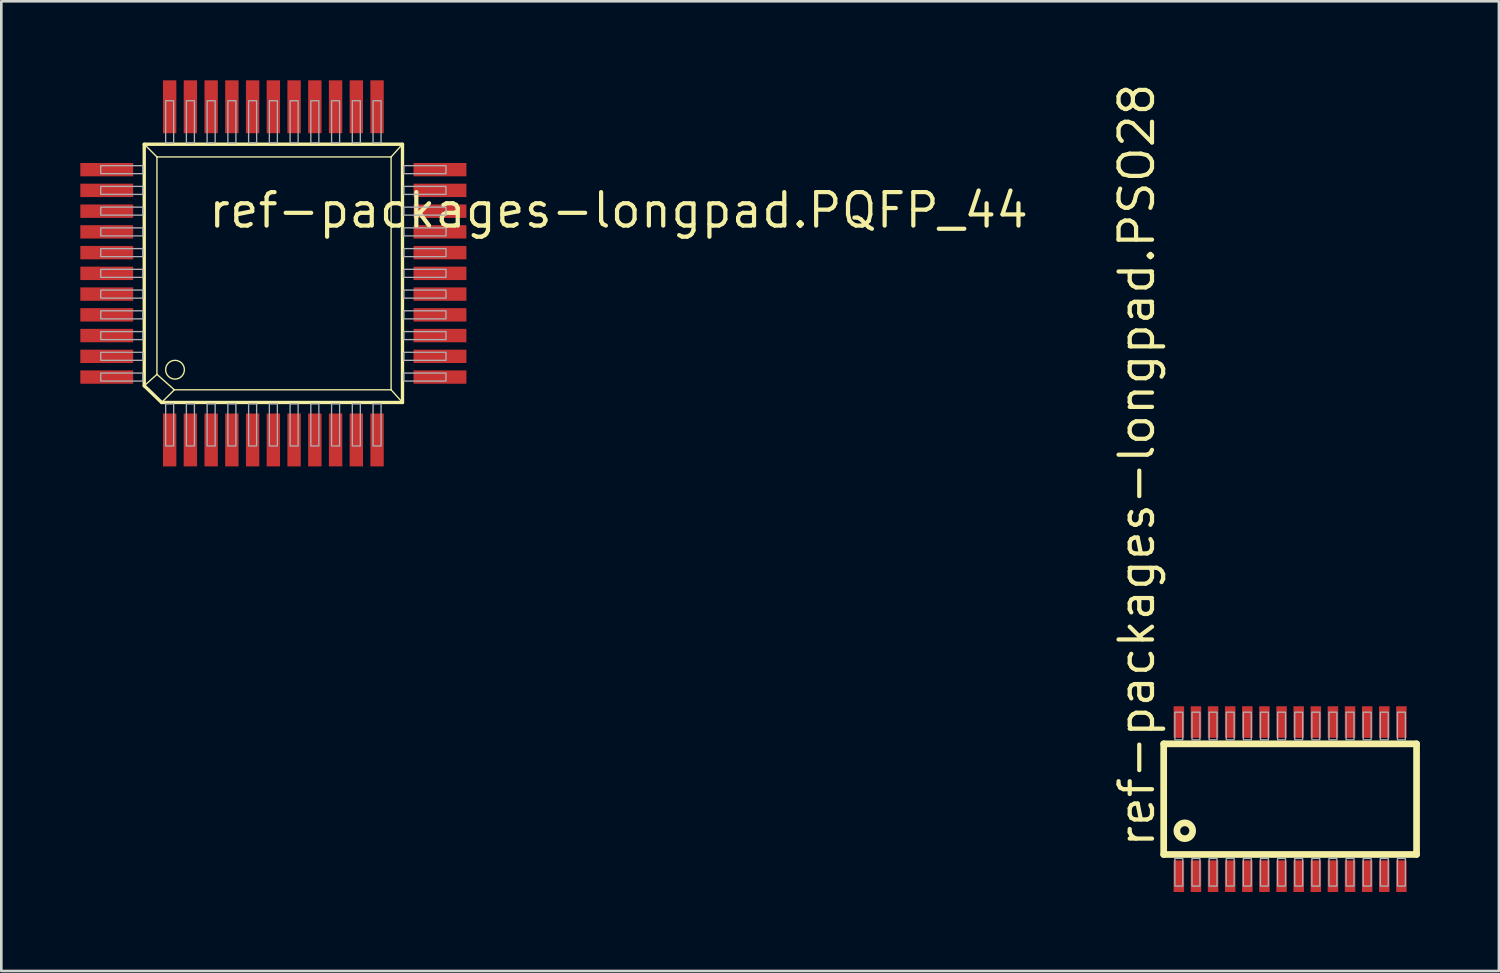
<source format=kicad_pcb>
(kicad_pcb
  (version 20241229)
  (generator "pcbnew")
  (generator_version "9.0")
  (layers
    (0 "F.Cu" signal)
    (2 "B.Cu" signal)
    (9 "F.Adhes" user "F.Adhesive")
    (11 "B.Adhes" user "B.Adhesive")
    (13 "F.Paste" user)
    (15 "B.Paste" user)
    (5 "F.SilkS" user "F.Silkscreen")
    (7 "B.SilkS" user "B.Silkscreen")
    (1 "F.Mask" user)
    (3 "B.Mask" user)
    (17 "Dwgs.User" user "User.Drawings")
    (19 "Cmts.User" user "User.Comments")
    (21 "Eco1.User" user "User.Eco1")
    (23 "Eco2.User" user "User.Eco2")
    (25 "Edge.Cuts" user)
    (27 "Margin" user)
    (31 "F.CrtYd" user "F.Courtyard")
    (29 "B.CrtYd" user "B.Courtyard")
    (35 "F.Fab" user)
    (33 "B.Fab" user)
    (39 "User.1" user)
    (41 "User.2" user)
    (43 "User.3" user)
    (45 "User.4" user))
  (footprint "ref-packages-longpad.PQFP_44"
    (layer "F.Cu")
    (at 7.328 6.947)
    (property "Reference" "ref-packages-longpad.PQFP_44" (at -2.54 -1.27 0) (layer "F.SilkS") (effects (font (size 1.27 1.27) (thickness 0.16)) (justify left bottom)))
    (attr smd)
    (fp_line (start -4.902 -4.521) (end -4.42 -4.039) (stroke (width 0.051) (type default)) (layer "F.SilkS"))
    (fp_line (start -4.902 4.648) (end -4.902 -4.521) (stroke (width 0.127) (type default)) (layer "F.SilkS"))
    (fp_line (start -4.902 4.648) (end -4.42 4.216) (stroke (width 0.051) (type default)) (layer "F.SilkS"))
    (fp_line (start -4.902 4.648) (end -4.242 5.283) (stroke (width 0.127) (type default)) (layer "F.SilkS"))
    (fp_line (start -4.42 -4.039) (end -4.42 4.216) (stroke (width 0.051) (type default)) (layer "F.SilkS"))
    (fp_line (start -4.42 -4.039) (end 4.47 -4.039) (stroke (width 0.051) (type default)) (layer "F.SilkS"))
    (fp_line (start -4.242 5.283) (end -3.759 4.801) (stroke (width 0.051) (type default)) (layer "F.SilkS"))
    (fp_line (start -4.242 5.283) (end 4.902 5.283) (stroke (width 0.127) (type default)) (layer "F.SilkS"))
    (fp_line (start -3.759 4.801) (end -4.42 4.216) (stroke (width 0.051) (type default)) (layer "F.SilkS"))
    (fp_line (start -3.759 4.801) (end 4.47 4.801) (stroke (width 0.051) (type default)) (layer "F.SilkS"))
    (fp_line (start 4.47 4.801) (end 4.47 -4.039) (stroke (width 0.051) (type default)) (layer "F.SilkS"))
    (fp_line (start 4.902 -4.521) (end -4.902 -4.521) (stroke (width 0.127) (type default)) (layer "F.SilkS"))
    (fp_line (start 4.902 -4.521) (end 4.47 -4.039) (stroke (width 0.051) (type default)) (layer "F.SilkS"))
    (fp_line (start 4.902 5.283) (end 4.47 4.801) (stroke (width 0.051) (type default)) (layer "F.SilkS"))
    (fp_line (start 4.902 5.283) (end 4.902 -4.521) (stroke (width 0.127) (type default)) (layer "F.SilkS"))
    (fp_circle (center -3.734 4.039) (end -3.378 4.039) (stroke (width 0.051) (type default)) (fill no) (layer "F.SilkS"))
    (fp_rect (start -6.553 -3.404) (end -4.953 -3.708) (stroke (width 0.05) (type default)) (fill no) (layer "F.Fab"))
    (fp_rect (start -6.553 -2.616) (end -4.953 -2.921) (stroke (width 0.05) (type default)) (fill no) (layer "F.Fab"))
    (fp_rect (start -6.553 -1.829) (end -4.953 -2.134) (stroke (width 0.05) (type default)) (fill no) (layer "F.Fab"))
    (fp_rect (start -6.553 -1.041) (end -4.953 -1.346) (stroke (width 0.05) (type default)) (fill no) (layer "F.Fab"))
    (fp_rect (start -6.553 -0.254) (end -4.953 -0.559) (stroke (width 0.05) (type default)) (fill no) (layer "F.Fab"))
    (fp_rect (start -6.553 0.533) (end -4.953 0.229) (stroke (width 0.05) (type default)) (fill no) (layer "F.Fab"))
    (fp_rect (start -6.553 1.321) (end -4.953 1.016) (stroke (width 0.05) (type default)) (fill no) (layer "F.Fab"))
    (fp_rect (start -6.553 2.108) (end -4.953 1.803) (stroke (width 0.05) (type default)) (fill no) (layer "F.Fab"))
    (fp_rect (start -6.553 2.896) (end -4.953 2.591) (stroke (width 0.05) (type default)) (fill no) (layer "F.Fab"))
    (fp_rect (start -6.553 3.683) (end -4.953 3.378) (stroke (width 0.05) (type default)) (fill no) (layer "F.Fab"))
    (fp_rect (start -6.553 4.47) (end -4.953 4.166) (stroke (width 0.05) (type default)) (fill no) (layer "F.Fab"))
    (fp_rect (start -4.089 -4.572) (end -3.785 -6.172) (stroke (width 0.05) (type default)) (fill no) (layer "F.Fab"))
    (fp_rect (start -4.089 6.934) (end -3.785 5.334) (stroke (width 0.05) (type default)) (fill no) (layer "F.Fab"))
    (fp_rect (start -3.302 -4.572) (end -2.997 -6.172) (stroke (width 0.05) (type default)) (fill no) (layer "F.Fab"))
    (fp_rect (start -3.302 6.934) (end -2.997 5.334) (stroke (width 0.05) (type default)) (fill no) (layer "F.Fab"))
    (fp_rect (start -2.515 -4.572) (end -2.21 -6.172) (stroke (width 0.05) (type default)) (fill no) (layer "F.Fab"))
    (fp_rect (start -2.515 6.934) (end -2.21 5.334) (stroke (width 0.05) (type default)) (fill no) (layer "F.Fab"))
    (fp_rect (start -1.727 -4.572) (end -1.422 -6.172) (stroke (width 0.05) (type default)) (fill no) (layer "F.Fab"))
    (fp_rect (start -1.727 6.934) (end -1.422 5.334) (stroke (width 0.05) (type default)) (fill no) (layer "F.Fab"))
    (fp_rect (start -0.94 -4.572) (end -0.635 -6.172) (stroke (width 0.05) (type default)) (fill no) (layer "F.Fab"))
    (fp_rect (start -0.94 6.934) (end -0.635 5.334) (stroke (width 0.05) (type default)) (fill no) (layer "F.Fab"))
    (fp_rect (start -0.152 -4.572) (end 0.152 -6.172) (stroke (width 0.05) (type default)) (fill no) (layer "F.Fab"))
    (fp_rect (start -0.152 6.934) (end 0.152 5.334) (stroke (width 0.05) (type default)) (fill no) (layer "F.Fab"))
    (fp_rect (start 0.635 -4.572) (end 0.94 -6.172) (stroke (width 0.05) (type default)) (fill no) (layer "F.Fab"))
    (fp_rect (start 0.635 6.934) (end 0.94 5.334) (stroke (width 0.05) (type default)) (fill no) (layer "F.Fab"))
    (fp_rect (start 1.422 -4.572) (end 1.727 -6.172) (stroke (width 0.05) (type default)) (fill no) (layer "F.Fab"))
    (fp_rect (start 1.422 6.934) (end 1.727 5.334) (stroke (width 0.05) (type default)) (fill no) (layer "F.Fab"))
    (fp_rect (start 2.21 -4.572) (end 2.515 -6.172) (stroke (width 0.05) (type default)) (fill no) (layer "F.Fab"))
    (fp_rect (start 2.21 6.934) (end 2.515 5.334) (stroke (width 0.05) (type default)) (fill no) (layer "F.Fab"))
    (fp_rect (start 2.997 -4.572) (end 3.302 -6.172) (stroke (width 0.05) (type default)) (fill no) (layer "F.Fab"))
    (fp_rect (start 2.997 6.934) (end 3.302 5.334) (stroke (width 0.05) (type default)) (fill no) (layer "F.Fab"))
    (fp_rect (start 3.785 -4.572) (end 4.089 -6.172) (stroke (width 0.05) (type default)) (fill no) (layer "F.Fab"))
    (fp_rect (start 3.785 6.934) (end 4.089 5.334) (stroke (width 0.05) (type default)) (fill no) (layer "F.Fab"))
    (fp_rect (start 4.953 -3.404) (end 6.553 -3.708) (stroke (width 0.05) (type default)) (fill no) (layer "F.Fab"))
    (fp_rect (start 4.953 -2.616) (end 6.553 -2.921) (stroke (width 0.05) (type default)) (fill no) (layer "F.Fab"))
    (fp_rect (start 4.953 -1.829) (end 6.553 -2.134) (stroke (width 0.05) (type default)) (fill no) (layer "F.Fab"))
    (fp_rect (start 4.953 -1.041) (end 6.553 -1.346) (stroke (width 0.05) (type default)) (fill no) (layer "F.Fab"))
    (fp_rect (start 4.953 -0.254) (end 6.553 -0.559) (stroke (width 0.05) (type default)) (fill no) (layer "F.Fab"))
    (fp_rect (start 4.953 0.533) (end 6.553 0.229) (stroke (width 0.05) (type default)) (fill no) (layer "F.Fab"))
    (fp_rect (start 4.953 1.321) (end 6.553 1.016) (stroke (width 0.05) (type default)) (fill no) (layer "F.Fab"))
    (fp_rect (start 4.953 2.108) (end 6.553 1.803) (stroke (width 0.05) (type default)) (fill no) (layer "F.Fab"))
    (fp_rect (start 4.953 2.896) (end 6.553 2.591) (stroke (width 0.05) (type default)) (fill no) (layer "F.Fab"))
    (fp_rect (start 4.953 3.683) (end 6.553 3.378) (stroke (width 0.05) (type default)) (fill no) (layer "F.Fab"))
    (fp_rect (start 4.953 4.47) (end 6.553 4.166) (stroke (width 0.05) (type default)) (fill no) (layer "F.Fab"))
    (pad "1" smd roundrect (at -3.937 6.706) (size 0.508 2.007) (layers "F.Cu" "F.Mask" "F.Paste") (roundrect_rratio 0.01))
    (pad "2" smd roundrect (at -3.15 6.706) (size 0.508 2.007) (layers "F.Cu" "F.Mask" "F.Paste") (roundrect_rratio 0.01))
    (pad "3" smd roundrect (at -2.362 6.706) (size 0.508 2.007) (layers "F.Cu" "F.Mask" "F.Paste") (roundrect_rratio 0.01))
    (pad "4" smd roundrect (at -1.575 6.706) (size 0.508 2.007) (layers "F.Cu" "F.Mask" "F.Paste") (roundrect_rratio 0.01))
    (pad "5" smd roundrect (at -0.787 6.706) (size 0.508 2.007) (layers "F.Cu" "F.Mask" "F.Paste") (roundrect_rratio 0.01))
    (pad "6" smd roundrect (at 0 6.706) (size 0.508 2.007) (layers "F.Cu" "F.Mask" "F.Paste") (roundrect_rratio 0.01))
    (pad "7" smd roundrect (at 0.787 6.706) (size 0.508 2.007) (layers "F.Cu" "F.Mask" "F.Paste") (roundrect_rratio 0.01))
    (pad "8" smd roundrect (at 1.575 6.706) (size 0.508 2.007) (layers "F.Cu" "F.Mask" "F.Paste") (roundrect_rratio 0.01))
    (pad "9" smd roundrect (at 2.362 6.706) (size 0.508 2.007) (layers "F.Cu" "F.Mask" "F.Paste") (roundrect_rratio 0.01))
    (pad "10" smd roundrect (at 3.15 6.706) (size 0.508 2.007) (layers "F.Cu" "F.Mask" "F.Paste") (roundrect_rratio 0.01))
    (pad "11" smd roundrect (at 3.937 6.706) (size 0.508 2.007) (layers "F.Cu" "F.Mask" "F.Paste") (roundrect_rratio 0.01))
    (pad "12" smd roundrect (at 6.325 4.318) (size 2.007 0.508) (layers "F.Cu" "F.Mask" "F.Paste") (roundrect_rratio 0.01))
    (pad "13" smd roundrect (at 6.325 3.531) (size 2.007 0.508) (layers "F.Cu" "F.Mask" "F.Paste") (roundrect_rratio 0.01))
    (pad "14" smd roundrect (at 6.325 2.743) (size 2.007 0.508) (layers "F.Cu" "F.Mask" "F.Paste") (roundrect_rratio 0.01))
    (pad "15" smd roundrect (at 6.325 1.956) (size 2.007 0.508) (layers "F.Cu" "F.Mask" "F.Paste") (roundrect_rratio 0.01))
    (pad "16" smd roundrect (at 6.325 1.168) (size 2.007 0.508) (layers "F.Cu" "F.Mask" "F.Paste") (roundrect_rratio 0.01))
    (pad "17" smd roundrect (at 6.325 0.381) (size 2.007 0.508) (layers "F.Cu" "F.Mask" "F.Paste") (roundrect_rratio 0.01))
    (pad "18" smd roundrect (at 6.325 -0.406) (size 2.007 0.508) (layers "F.Cu" "F.Mask" "F.Paste") (roundrect_rratio 0.01))
    (pad "19" smd roundrect (at 6.325 -1.194) (size 2.007 0.508) (layers "F.Cu" "F.Mask" "F.Paste") (roundrect_rratio 0.01))
    (pad "20" smd roundrect (at 6.325 -1.981) (size 2.007 0.508) (layers "F.Cu" "F.Mask" "F.Paste") (roundrect_rratio 0.01))
    (pad "21" smd roundrect (at 6.325 -2.769) (size 2.007 0.508) (layers "F.Cu" "F.Mask" "F.Paste") (roundrect_rratio 0.01))
    (pad "22" smd roundrect (at 6.325 -3.556) (size 2.007 0.508) (layers "F.Cu" "F.Mask" "F.Paste") (roundrect_rratio 0.01))
    (pad "23" smd roundrect (at 3.937 -5.944) (size 0.508 2.007) (layers "F.Cu" "F.Mask" "F.Paste") (roundrect_rratio 0.01))
    (pad "24" smd roundrect (at 3.15 -5.944) (size 0.508 2.007) (layers "F.Cu" "F.Mask" "F.Paste") (roundrect_rratio 0.01))
    (pad "25" smd roundrect (at 2.362 -5.944) (size 0.508 2.007) (layers "F.Cu" "F.Mask" "F.Paste") (roundrect_rratio 0.01))
    (pad "26" smd roundrect (at 1.575 -5.944) (size 0.508 2.007) (layers "F.Cu" "F.Mask" "F.Paste") (roundrect_rratio 0.01))
    (pad "27" smd roundrect (at 0.787 -5.944) (size 0.508 2.007) (layers "F.Cu" "F.Mask" "F.Paste") (roundrect_rratio 0.01))
    (pad "28" smd roundrect (at 0 -5.944) (size 0.508 2.007) (layers "F.Cu" "F.Mask" "F.Paste") (roundrect_rratio 0.01))
    (pad "29" smd roundrect (at -0.787 -5.944) (size 0.508 2.007) (layers "F.Cu" "F.Mask" "F.Paste") (roundrect_rratio 0.01))
    (pad "30" smd roundrect (at -1.575 -5.944) (size 0.508 2.007) (layers "F.Cu" "F.Mask" "F.Paste") (roundrect_rratio 0.01))
    (pad "31" smd roundrect (at -2.362 -5.944) (size 0.508 2.007) (layers "F.Cu" "F.Mask" "F.Paste") (roundrect_rratio 0.01))
    (pad "32" smd roundrect (at -3.15 -5.944) (size 0.508 2.007) (layers "F.Cu" "F.Mask" "F.Paste") (roundrect_rratio 0.01))
    (pad "33" smd roundrect (at -3.937 -5.944) (size 0.508 2.007) (layers "F.Cu" "F.Mask" "F.Paste") (roundrect_rratio 0.01))
    (pad "34" smd roundrect (at -6.325 -3.556) (size 2.007 0.508) (layers "F.Cu" "F.Mask" "F.Paste") (roundrect_rratio 0.01))
    (pad "35" smd roundrect (at -6.325 -2.769) (size 2.007 0.508) (layers "F.Cu" "F.Mask" "F.Paste") (roundrect_rratio 0.01))
    (pad "36" smd roundrect (at -6.325 -1.981) (size 2.007 0.508) (layers "F.Cu" "F.Mask" "F.Paste") (roundrect_rratio 0.01))
    (pad "37" smd roundrect (at -6.325 -1.194) (size 2.007 0.508) (layers "F.Cu" "F.Mask" "F.Paste") (roundrect_rratio 0.01))
    (pad "38" smd roundrect (at -6.325 -0.406) (size 2.007 0.508) (layers "F.Cu" "F.Mask" "F.Paste") (roundrect_rratio 0.01))
    (pad "39" smd roundrect (at -6.325 0.381) (size 2.007 0.508) (layers "F.Cu" "F.Mask" "F.Paste") (roundrect_rratio 0.01))
    (pad "40" smd roundrect (at -6.325 1.168) (size 2.007 0.508) (layers "F.Cu" "F.Mask" "F.Paste") (roundrect_rratio 0.01))
    (pad "41" smd roundrect (at -6.325 1.956) (size 2.007 0.508) (layers "F.Cu" "F.Mask" "F.Paste") (roundrect_rratio 0.01))
    (pad "42" smd roundrect (at -6.325 2.743) (size 2.007 0.508) (layers "F.Cu" "F.Mask" "F.Paste") (roundrect_rratio 0.01))
    (pad "43" smd roundrect (at -6.325 3.531) (size 2.007 0.508) (layers "F.Cu" "F.Mask" "F.Paste") (roundrect_rratio 0.01))
    (pad "44" smd roundrect (at -6.325 4.318) (size 2.007 0.508) (layers "F.Cu" "F.Mask" "F.Paste") (roundrect_rratio 0.01)))
  (footprint "ref-packages-longpad.PSO28"
    (layer "F.Cu")
    (at 45.929 27.289)
    (property "Reference" "ref-packages-longpad.PSO28" (at -5.08 1.905 90) (layer "F.SilkS") (effects (font (size 1.27 1.27) (thickness 0.16)) (justify left bottom)))
    (attr smd)
    (fp_line (start -4.8 -2.1) (end 4.8 -2.1) (stroke (width 0.254) (type default)) (layer "F.SilkS"))
    (fp_line (start -4.8 2.1) (end -4.8 -2.1) (stroke (width 0.254) (type default)) (layer "F.SilkS"))
    (fp_line (start 4.8 -2.1) (end 4.8 2.1) (stroke (width 0.254) (type default)) (layer "F.SilkS"))
    (fp_line (start 4.8 2.1) (end -4.8 2.1) (stroke (width 0.254) (type default)) (layer "F.SilkS"))
    (fp_circle (center -4 1.2) (end -3.7 1.2) (stroke (width 0.254) (type default)) (fill no) (layer "F.SilkS"))
    (fp_rect (start -4.375 -2.25) (end -4.075 -3.3) (stroke (width 0.05) (type default)) (fill no) (layer "F.Fab"))
    (fp_rect (start -4.375 3.3) (end -4.075 2.25) (stroke (width 0.05) (type default)) (fill no) (layer "F.Fab"))
    (fp_rect (start -3.725 -2.25) (end -3.425 -3.3) (stroke (width 0.05) (type default)) (fill no) (layer "F.Fab"))
    (fp_rect (start -3.725 3.3) (end -3.425 2.25) (stroke (width 0.05) (type default)) (fill no) (layer "F.Fab"))
    (fp_rect (start -3.075 -2.25) (end -2.775 -3.3) (stroke (width 0.05) (type default)) (fill no) (layer "F.Fab"))
    (fp_rect (start -3.075 3.3) (end -2.775 2.25) (stroke (width 0.05) (type default)) (fill no) (layer "F.Fab"))
    (fp_rect (start -2.425 -2.25) (end -2.125 -3.3) (stroke (width 0.05) (type default)) (fill no) (layer "F.Fab"))
    (fp_rect (start -2.425 3.3) (end -2.125 2.25) (stroke (width 0.05) (type default)) (fill no) (layer "F.Fab"))
    (fp_rect (start -1.775 -2.25) (end -1.475 -3.3) (stroke (width 0.05) (type default)) (fill no) (layer "F.Fab"))
    (fp_rect (start -1.775 3.3) (end -1.475 2.25) (stroke (width 0.05) (type default)) (fill no) (layer "F.Fab"))
    (fp_rect (start -1.125 -2.25) (end -0.825 -3.3) (stroke (width 0.05) (type default)) (fill no) (layer "F.Fab"))
    (fp_rect (start -1.125 3.3) (end -0.825 2.25) (stroke (width 0.05) (type default)) (fill no) (layer "F.Fab"))
    (fp_rect (start -0.475 -2.25) (end -0.175 -3.3) (stroke (width 0.05) (type default)) (fill no) (layer "F.Fab"))
    (fp_rect (start -0.475 3.3) (end -0.175 2.25) (stroke (width 0.05) (type default)) (fill no) (layer "F.Fab"))
    (fp_rect (start 0.175 -2.25) (end 0.475 -3.3) (stroke (width 0.05) (type default)) (fill no) (layer "F.Fab"))
    (fp_rect (start 0.175 3.3) (end 0.475 2.25) (stroke (width 0.05) (type default)) (fill no) (layer "F.Fab"))
    (fp_rect (start 0.825 -2.25) (end 1.125 -3.3) (stroke (width 0.05) (type default)) (fill no) (layer "F.Fab"))
    (fp_rect (start 0.825 3.3) (end 1.125 2.25) (stroke (width 0.05) (type default)) (fill no) (layer "F.Fab"))
    (fp_rect (start 1.475 -2.25) (end 1.775 -3.3) (stroke (width 0.05) (type default)) (fill no) (layer "F.Fab"))
    (fp_rect (start 1.475 3.3) (end 1.775 2.25) (stroke (width 0.05) (type default)) (fill no) (layer "F.Fab"))
    (fp_rect (start 2.125 -2.25) (end 2.425 -3.3) (stroke (width 0.05) (type default)) (fill no) (layer "F.Fab"))
    (fp_rect (start 2.125 3.3) (end 2.425 2.25) (stroke (width 0.05) (type default)) (fill no) (layer "F.Fab"))
    (fp_rect (start 2.775 -2.25) (end 3.075 -3.3) (stroke (width 0.05) (type default)) (fill no) (layer "F.Fab"))
    (fp_rect (start 2.775 3.3) (end 3.075 2.25) (stroke (width 0.05) (type default)) (fill no) (layer "F.Fab"))
    (fp_rect (start 3.425 -2.25) (end 3.725 -3.3) (stroke (width 0.05) (type default)) (fill no) (layer "F.Fab"))
    (fp_rect (start 3.425 3.3) (end 3.725 2.25) (stroke (width 0.05) (type default)) (fill no) (layer "F.Fab"))
    (fp_rect (start 4.075 -2.25) (end 4.375 -3.3) (stroke (width 0.05) (type default)) (fill no) (layer "F.Fab"))
    (fp_rect (start 4.075 3.3) (end 4.375 2.25) (stroke (width 0.05) (type default)) (fill no) (layer "F.Fab"))
    (pad "1" smd roundrect (at -4.225 2.925) (size 0.4 1.2) (layers "F.Cu" "F.Mask" "F.Paste") (roundrect_rratio 0.01))
    (pad "2" smd roundrect (at -3.575 2.925) (size 0.4 1.2) (layers "F.Cu" "F.Mask" "F.Paste") (roundrect_rratio 0.01))
    (pad "3" smd roundrect (at -2.925 2.925) (size 0.4 1.2) (layers "F.Cu" "F.Mask" "F.Paste") (roundrect_rratio 0.01))
    (pad "4" smd roundrect (at -2.275 2.925) (size 0.4 1.2) (layers "F.Cu" "F.Mask" "F.Paste") (roundrect_rratio 0.01))
    (pad "5" smd roundrect (at -1.625 2.925) (size 0.4 1.2) (layers "F.Cu" "F.Mask" "F.Paste") (roundrect_rratio 0.01))
    (pad "6" smd roundrect (at -0.975 2.925) (size 0.4 1.2) (layers "F.Cu" "F.Mask" "F.Paste") (roundrect_rratio 0.01))
    (pad "7" smd roundrect (at -0.325 2.925) (size 0.4 1.2) (layers "F.Cu" "F.Mask" "F.Paste") (roundrect_rratio 0.01))
    (pad "8" smd roundrect (at 0.325 2.925) (size 0.4 1.2) (layers "F.Cu" "F.Mask" "F.Paste") (roundrect_rratio 0.01))
    (pad "9" smd roundrect (at 0.975 2.925) (size 0.4 1.2) (layers "F.Cu" "F.Mask" "F.Paste") (roundrect_rratio 0.01))
    (pad "10" smd roundrect (at 1.625 2.925) (size 0.4 1.2) (layers "F.Cu" "F.Mask" "F.Paste") (roundrect_rratio 0.01))
    (pad "11" smd roundrect (at 2.275 2.925) (size 0.4 1.2) (layers "F.Cu" "F.Mask" "F.Paste") (roundrect_rratio 0.01))
    (pad "12" smd roundrect (at 2.925 2.925) (size 0.4 1.2) (layers "F.Cu" "F.Mask" "F.Paste") (roundrect_rratio 0.01))
    (pad "13" smd roundrect (at 3.575 2.925) (size 0.4 1.2) (layers "F.Cu" "F.Mask" "F.Paste") (roundrect_rratio 0.01))
    (pad "14" smd roundrect (at 4.225 2.925) (size 0.4 1.2) (layers "F.Cu" "F.Mask" "F.Paste") (roundrect_rratio 0.01))
    (pad "15" smd roundrect (at 4.225 -2.925) (size 0.4 1.2) (layers "F.Cu" "F.Mask" "F.Paste") (roundrect_rratio 0.01))
    (pad "16" smd roundrect (at 3.575 -2.925) (size 0.4 1.2) (layers "F.Cu" "F.Mask" "F.Paste") (roundrect_rratio 0.01))
    (pad "17" smd roundrect (at 2.925 -2.925) (size 0.4 1.2) (layers "F.Cu" "F.Mask" "F.Paste") (roundrect_rratio 0.01))
    (pad "18" smd roundrect (at 2.275 -2.925) (size 0.4 1.2) (layers "F.Cu" "F.Mask" "F.Paste") (roundrect_rratio 0.01))
    (pad "19" smd roundrect (at 1.625 -2.925) (size 0.4 1.2) (layers "F.Cu" "F.Mask" "F.Paste") (roundrect_rratio 0.01))
    (pad "20" smd roundrect (at 0.975 -2.925) (size 0.4 1.2) (layers "F.Cu" "F.Mask" "F.Paste") (roundrect_rratio 0.01))
    (pad "21" smd roundrect (at 0.325 -2.925) (size 0.4 1.2) (layers "F.Cu" "F.Mask" "F.Paste") (roundrect_rratio 0.01))
    (pad "22" smd roundrect (at -0.325 -2.925) (size 0.4 1.2) (layers "F.Cu" "F.Mask" "F.Paste") (roundrect_rratio 0.01))
    (pad "23" smd roundrect (at -0.975 -2.925) (size 0.4 1.2) (layers "F.Cu" "F.Mask" "F.Paste") (roundrect_rratio 0.01))
    (pad "24" smd roundrect (at -1.625 -2.925) (size 0.4 1.2) (layers "F.Cu" "F.Mask" "F.Paste") (roundrect_rratio 0.01))
    (pad "25" smd roundrect (at -2.275 -2.925) (size 0.4 1.2) (layers "F.Cu" "F.Mask" "F.Paste") (roundrect_rratio 0.01))
    (pad "26" smd roundrect (at -2.925 -2.925) (size 0.4 1.2) (layers "F.Cu" "F.Mask" "F.Paste") (roundrect_rratio 0.01))
    (pad "27" smd roundrect (at -3.575 -2.925) (size 0.4 1.2) (layers "F.Cu" "F.Mask" "F.Paste") (roundrect_rratio 0.01))
    (pad "28" smd roundrect (at -4.225 -2.925) (size 0.4 1.2) (layers "F.Cu" "F.Mask" "F.Paste") (roundrect_rratio 0.01)))
  (gr_rect
    (start -3 -3)
    (end 53.856 33.814)
    (stroke (width 0.1) (type default))
    (fill no)
    (layer "Edge.Cuts")))
</source>
